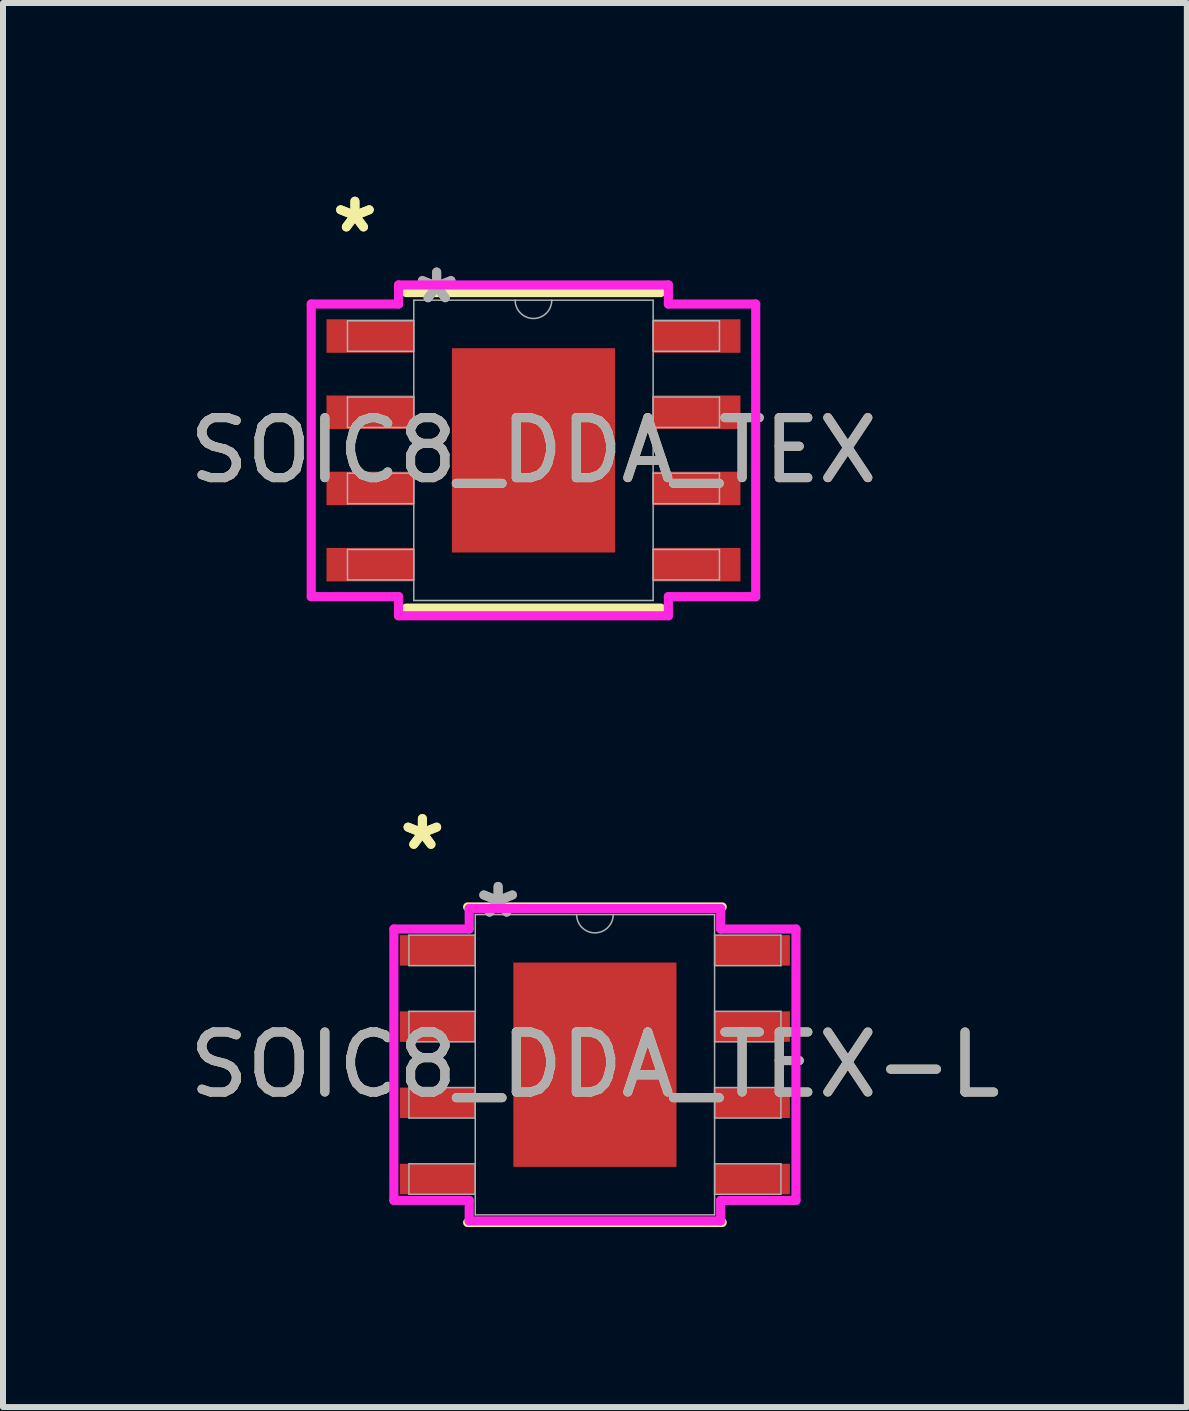
<source format=kicad_pcb>
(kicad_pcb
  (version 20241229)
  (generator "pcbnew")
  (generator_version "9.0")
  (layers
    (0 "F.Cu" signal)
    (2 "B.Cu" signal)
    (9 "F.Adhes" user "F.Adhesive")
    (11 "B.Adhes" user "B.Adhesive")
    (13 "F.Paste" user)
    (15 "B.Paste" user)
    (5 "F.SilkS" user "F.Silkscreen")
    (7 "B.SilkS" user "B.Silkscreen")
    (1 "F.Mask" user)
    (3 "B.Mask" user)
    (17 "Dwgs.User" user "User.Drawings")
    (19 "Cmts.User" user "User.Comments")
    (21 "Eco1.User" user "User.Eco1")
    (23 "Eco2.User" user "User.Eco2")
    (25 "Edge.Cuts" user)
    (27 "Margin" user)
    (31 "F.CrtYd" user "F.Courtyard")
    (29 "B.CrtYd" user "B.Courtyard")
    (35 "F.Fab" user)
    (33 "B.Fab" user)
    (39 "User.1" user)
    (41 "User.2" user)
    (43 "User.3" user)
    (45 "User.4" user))
  (footprint "SOIC8_DDA_TEX"
    (layer "F.Cu")
    (at 5.839 4.454)
    (property "Reference" "SOIC8_DDA_TEX" (at 0 0 0) (unlocked yes) (layer "F.SilkS") (effects (font (size 1 1) (thickness 0.15))))
    (attr smd)
    (fp_line (start -2.121 2.629) (end 2.121 2.629) (stroke (width 0.152) (type solid)) (layer "F.SilkS"))
    (fp_line (start 2.121 -2.629) (end -2.121 -2.629) (stroke (width 0.152) (type solid)) (layer "F.SilkS"))
    (fp_poly (pts (xy -1.259 -1.602) (xy -1.259 -0.1) (xy -0.1 -0.1) (xy -0.1 -1.602)) (stroke (width 0) (type solid)) (fill yes) (layer "F.Paste"))
    (fp_poly (pts (xy -1.259 0.1) (xy -1.259 1.602) (xy -0.1 1.602) (xy -0.1 0.1)) (stroke (width 0) (type solid)) (fill yes) (layer "F.Paste"))
    (fp_poly (pts (xy 0.1 -1.602) (xy 0.1 -0.1) (xy 1.259 -0.1) (xy 1.259 -1.602)) (stroke (width 0) (type solid)) (fill yes) (layer "F.Paste"))
    (fp_poly (pts (xy 0.1 0.1) (xy 0.1 1.602) (xy 1.259 1.602) (xy 1.259 0.1)) (stroke (width 0) (type solid)) (fill yes) (layer "F.Paste"))
    (fp_line (start -3.703 -2.438) (end -2.248 -2.438) (stroke (width 0.152) (type solid)) (layer "F.CrtYd"))
    (fp_line (start -3.703 2.438) (end -3.703 -2.438) (stroke (width 0.152) (type solid)) (layer "F.CrtYd"))
    (fp_line (start -3.703 2.438) (end -2.248 2.438) (stroke (width 0.152) (type solid)) (layer "F.CrtYd"))
    (fp_line (start -2.248 -2.756) (end 2.248 -2.756) (stroke (width 0.152) (type solid)) (layer "F.CrtYd"))
    (fp_line (start -2.248 -2.438) (end -2.248 -2.756) (stroke (width 0.152) (type solid)) (layer "F.CrtYd"))
    (fp_line (start -2.248 2.756) (end -2.248 2.438) (stroke (width 0.152) (type solid)) (layer "F.CrtYd"))
    (fp_line (start 2.248 -2.756) (end 2.248 -2.438) (stroke (width 0.152) (type solid)) (layer "F.CrtYd"))
    (fp_line (start 2.248 2.438) (end 2.248 2.756) (stroke (width 0.152) (type solid)) (layer "F.CrtYd"))
    (fp_line (start 2.248 2.756) (end -2.248 2.756) (stroke (width 0.152) (type solid)) (layer "F.CrtYd"))
    (fp_line (start 3.703 -2.438) (end 2.248 -2.438) (stroke (width 0.152) (type solid)) (layer "F.CrtYd"))
    (fp_line (start 3.703 -2.438) (end 3.703 2.438) (stroke (width 0.152) (type solid)) (layer "F.CrtYd"))
    (fp_line (start 3.703 2.438) (end 2.248 2.438) (stroke (width 0.152) (type solid)) (layer "F.CrtYd"))
    (fp_line (start -3.099 -2.159) (end -3.099 -1.651) (stroke (width 0.025) (type solid)) (layer "F.Fab"))
    (fp_line (start -3.099 -1.651) (end -1.994 -1.651) (stroke (width 0.025) (type solid)) (layer "F.Fab"))
    (fp_line (start -3.099 -0.889) (end -3.099 -0.381) (stroke (width 0.025) (type solid)) (layer "F.Fab"))
    (fp_line (start -3.099 -0.381) (end -1.994 -0.381) (stroke (width 0.025) (type solid)) (layer "F.Fab"))
    (fp_line (start -3.099 0.381) (end -3.099 0.889) (stroke (width 0.025) (type solid)) (layer "F.Fab"))
    (fp_line (start -3.099 0.889) (end -1.994 0.889) (stroke (width 0.025) (type solid)) (layer "F.Fab"))
    (fp_line (start -3.099 1.651) (end -3.099 2.159) (stroke (width 0.025) (type solid)) (layer "F.Fab"))
    (fp_line (start -3.099 2.159) (end -1.994 2.159) (stroke (width 0.025) (type solid)) (layer "F.Fab"))
    (fp_line (start -1.994 -2.502) (end -1.994 2.502) (stroke (width 0.025) (type solid)) (layer "F.Fab"))
    (fp_line (start -1.994 -2.159) (end -3.099 -2.159) (stroke (width 0.025) (type solid)) (layer "F.Fab"))
    (fp_line (start -1.994 -1.651) (end -1.994 -2.159) (stroke (width 0.025) (type solid)) (layer "F.Fab"))
    (fp_line (start -1.994 -0.889) (end -3.099 -0.889) (stroke (width 0.025) (type solid)) (layer "F.Fab"))
    (fp_line (start -1.994 -0.381) (end -1.994 -0.889) (stroke (width 0.025) (type solid)) (layer "F.Fab"))
    (fp_line (start -1.994 0.381) (end -3.099 0.381) (stroke (width 0.025) (type solid)) (layer "F.Fab"))
    (fp_line (start -1.994 0.889) (end -1.994 0.381) (stroke (width 0.025) (type solid)) (layer "F.Fab"))
    (fp_line (start -1.994 1.651) (end -3.099 1.651) (stroke (width 0.025) (type solid)) (layer "F.Fab"))
    (fp_line (start -1.994 2.159) (end -1.994 1.651) (stroke (width 0.025) (type solid)) (layer "F.Fab"))
    (fp_line (start -1.994 2.502) (end 1.994 2.502) (stroke (width 0.025) (type solid)) (layer "F.Fab"))
    (fp_line (start 1.994 -2.502) (end -1.994 -2.502) (stroke (width 0.025) (type solid)) (layer "F.Fab"))
    (fp_line (start 1.994 -2.159) (end 1.994 -1.651) (stroke (width 0.025) (type solid)) (layer "F.Fab"))
    (fp_line (start 1.994 -1.651) (end 3.099 -1.651) (stroke (width 0.025) (type solid)) (layer "F.Fab"))
    (fp_line (start 1.994 -0.889) (end 1.994 -0.381) (stroke (width 0.025) (type solid)) (layer "F.Fab"))
    (fp_line (start 1.994 -0.381) (end 3.099 -0.381) (stroke (width 0.025) (type solid)) (layer "F.Fab"))
    (fp_line (start 1.994 0.381) (end 1.994 0.889) (stroke (width 0.025) (type solid)) (layer "F.Fab"))
    (fp_line (start 1.994 0.889) (end 3.099 0.889) (stroke (width 0.025) (type solid)) (layer "F.Fab"))
    (fp_line (start 1.994 1.651) (end 1.994 2.159) (stroke (width 0.025) (type solid)) (layer "F.Fab"))
    (fp_line (start 1.994 2.159) (end 3.099 2.159) (stroke (width 0.025) (type solid)) (layer "F.Fab"))
    (fp_line (start 1.994 2.502) (end 1.994 -2.502) (stroke (width 0.025) (type solid)) (layer "F.Fab"))
    (fp_line (start 3.099 -2.159) (end 1.994 -2.159) (stroke (width 0.025) (type solid)) (layer "F.Fab"))
    (fp_line (start 3.099 -1.651) (end 3.099 -2.159) (stroke (width 0.025) (type solid)) (layer "F.Fab"))
    (fp_line (start 3.099 -0.889) (end 1.994 -0.889) (stroke (width 0.025) (type solid)) (layer "F.Fab"))
    (fp_line (start 3.099 -0.381) (end 3.099 -0.889) (stroke (width 0.025) (type solid)) (layer "F.Fab"))
    (fp_line (start 3.099 0.381) (end 1.994 0.381) (stroke (width 0.025) (type solid)) (layer "F.Fab"))
    (fp_line (start 3.099 0.889) (end 3.099 0.381) (stroke (width 0.025) (type solid)) (layer "F.Fab"))
    (fp_line (start 3.099 1.651) (end 1.994 1.651) (stroke (width 0.025) (type solid)) (layer "F.Fab"))
    (fp_line (start 3.099 2.159) (end 3.099 1.651) (stroke (width 0.025) (type solid)) (layer "F.Fab"))
    (fp_arc (start 0.3048 -2.5019) (mid 0 -2.1971) (end -0.3048 -2.5019) (stroke (width 0.0254) (type solid)) (layer "F.Fab"))
    (fp_text user "*" (at -2.975 -3.606 0) (layer "F.SilkS") (effects (font (size 1 1) (thickness 0.15))))
    (fp_text user "*" (at -2.975 -3.606 0) (unlocked yes) (layer "F.SilkS") (effects (font (size 1 1) (thickness 0.15))))
    (fp_text user "*" (at -1.613 -2.426 0) (layer "F.Fab") (effects (font (size 1 1) (thickness 0.15))))
    (fp_text user "${REFERENCE}" (at 0 0 0) (unlocked yes) (layer "F.Fab") (effects (font (size 1 1) (thickness 0.15))))
    (fp_text user "*" (at -1.613 -2.426 0) (unlocked yes) (layer "F.Fab") (effects (font (size 1 1) (thickness 0.15))))
    (pad "1" smd rect (at -2.721 -1.905) (size 1.455 0.558) (layers "F.Cu" "F.Mask" "F.Paste"))
    (pad "2" smd rect (at -2.721 -0.635) (size 1.455 0.558) (layers "F.Cu" "F.Mask" "F.Paste"))
    (pad "3" smd rect (at -2.721 0.635) (size 1.455 0.558) (layers "F.Cu" "F.Mask" "F.Paste"))
    (pad "4" smd rect (at -2.721 1.905) (size 1.455 0.558) (layers "F.Cu" "F.Mask" "F.Paste"))
    (pad "5" smd rect (at 2.721 1.905) (size 1.455 0.558) (layers "F.Cu" "F.Mask" "F.Paste"))
    (pad "6" smd rect (at 2.721 0.635) (size 1.455 0.558) (layers "F.Cu" "F.Mask" "F.Paste"))
    (pad "7" smd rect (at 2.721 -0.635) (size 1.455 0.558) (layers "F.Cu" "F.Mask" "F.Paste"))
    (pad "8" smd rect (at 2.721 -1.905) (size 1.455 0.558) (layers "F.Cu" "F.Mask" "F.Paste"))
    (pad "EPAD" smd rect (at 0 0) (size 2.718 3.404) (layers "F.Cu" "F.Mask")))
  (footprint "SOIC8_DDA_TEX-L"
    (layer "F.Cu")
    (at 6.863 14.691)
    (property "Reference" "SOIC8_DDA_TEX-L" (at 0 0 0) (unlocked yes) (layer "F.SilkS") (effects (font (size 1 1) (thickness 0.15))))
    (attr smd)
    (fp_line (start -2.121 2.629) (end 2.121 2.629) (stroke (width 0.152) (type solid)) (layer "F.SilkS"))
    (fp_line (start 2.121 -2.629) (end -2.121 -2.629) (stroke (width 0.152) (type solid)) (layer "F.SilkS"))
    (fp_poly (pts (xy -1.259 -1.602) (xy -1.259 -0.1) (xy -0.1 -0.1) (xy -0.1 -1.602)) (stroke (width 0) (type solid)) (fill yes) (layer "F.Paste"))
    (fp_poly (pts (xy -1.259 0.1) (xy -1.259 1.602) (xy -0.1 1.602) (xy -0.1 0.1)) (stroke (width 0) (type solid)) (fill yes) (layer "F.Paste"))
    (fp_poly (pts (xy 0.1 -1.602) (xy 0.1 -0.1) (xy 1.259 -0.1) (xy 1.259 -1.602)) (stroke (width 0) (type solid)) (fill yes) (layer "F.Paste"))
    (fp_poly (pts (xy 0.1 0.1) (xy 0.1 1.602) (xy 1.259 1.602) (xy 1.259 0.1)) (stroke (width 0) (type solid)) (fill yes) (layer "F.Paste"))
    (fp_line (start -3.35 -2.261) (end -2.095 -2.261) (stroke (width 0.152) (type solid)) (layer "F.CrtYd"))
    (fp_line (start -3.35 2.261) (end -3.35 -2.261) (stroke (width 0.152) (type solid)) (layer "F.CrtYd"))
    (fp_line (start -3.35 2.261) (end -2.095 2.261) (stroke (width 0.152) (type solid)) (layer "F.CrtYd"))
    (fp_line (start -2.095 -2.603) (end 2.095 -2.603) (stroke (width 0.152) (type solid)) (layer "F.CrtYd"))
    (fp_line (start -2.095 -2.261) (end -2.095 -2.603) (stroke (width 0.152) (type solid)) (layer "F.CrtYd"))
    (fp_line (start -2.095 2.603) (end -2.095 2.261) (stroke (width 0.152) (type solid)) (layer "F.CrtYd"))
    (fp_line (start 2.095 -2.603) (end 2.095 -2.261) (stroke (width 0.152) (type solid)) (layer "F.CrtYd"))
    (fp_line (start 2.095 2.261) (end 2.095 2.603) (stroke (width 0.152) (type solid)) (layer "F.CrtYd"))
    (fp_line (start 2.095 2.603) (end -2.095 2.603) (stroke (width 0.152) (type solid)) (layer "F.CrtYd"))
    (fp_line (start 3.35 -2.261) (end 2.095 -2.261) (stroke (width 0.152) (type solid)) (layer "F.CrtYd"))
    (fp_line (start 3.35 -2.261) (end 3.35 2.261) (stroke (width 0.152) (type solid)) (layer "F.CrtYd"))
    (fp_line (start 3.35 2.261) (end 2.095 2.261) (stroke (width 0.152) (type solid)) (layer "F.CrtYd"))
    (fp_line (start -3.099 -2.159) (end -3.099 -1.651) (stroke (width 0.025) (type solid)) (layer "F.Fab"))
    (fp_line (start -3.099 -1.651) (end -1.994 -1.651) (stroke (width 0.025) (type solid)) (layer "F.Fab"))
    (fp_line (start -3.099 -0.889) (end -3.099 -0.381) (stroke (width 0.025) (type solid)) (layer "F.Fab"))
    (fp_line (start -3.099 -0.381) (end -1.994 -0.381) (stroke (width 0.025) (type solid)) (layer "F.Fab"))
    (fp_line (start -3.099 0.381) (end -3.099 0.889) (stroke (width 0.025) (type solid)) (layer "F.Fab"))
    (fp_line (start -3.099 0.889) (end -1.994 0.889) (stroke (width 0.025) (type solid)) (layer "F.Fab"))
    (fp_line (start -3.099 1.651) (end -3.099 2.159) (stroke (width 0.025) (type solid)) (layer "F.Fab"))
    (fp_line (start -3.099 2.159) (end -1.994 2.159) (stroke (width 0.025) (type solid)) (layer "F.Fab"))
    (fp_line (start -1.994 -2.502) (end -1.994 2.502) (stroke (width 0.025) (type solid)) (layer "F.Fab"))
    (fp_line (start -1.994 -2.159) (end -3.099 -2.159) (stroke (width 0.025) (type solid)) (layer "F.Fab"))
    (fp_line (start -1.994 -1.651) (end -1.994 -2.159) (stroke (width 0.025) (type solid)) (layer "F.Fab"))
    (fp_line (start -1.994 -0.889) (end -3.099 -0.889) (stroke (width 0.025) (type solid)) (layer "F.Fab"))
    (fp_line (start -1.994 -0.381) (end -1.994 -0.889) (stroke (width 0.025) (type solid)) (layer "F.Fab"))
    (fp_line (start -1.994 0.381) (end -3.099 0.381) (stroke (width 0.025) (type solid)) (layer "F.Fab"))
    (fp_line (start -1.994 0.889) (end -1.994 0.381) (stroke (width 0.025) (type solid)) (layer "F.Fab"))
    (fp_line (start -1.994 1.651) (end -3.099 1.651) (stroke (width 0.025) (type solid)) (layer "F.Fab"))
    (fp_line (start -1.994 2.159) (end -1.994 1.651) (stroke (width 0.025) (type solid)) (layer "F.Fab"))
    (fp_line (start -1.994 2.502) (end 1.994 2.502) (stroke (width 0.025) (type solid)) (layer "F.Fab"))
    (fp_line (start 1.994 -2.502) (end -1.994 -2.502) (stroke (width 0.025) (type solid)) (layer "F.Fab"))
    (fp_line (start 1.994 -2.159) (end 1.994 -1.651) (stroke (width 0.025) (type solid)) (layer "F.Fab"))
    (fp_line (start 1.994 -1.651) (end 3.099 -1.651) (stroke (width 0.025) (type solid)) (layer "F.Fab"))
    (fp_line (start 1.994 -0.889) (end 1.994 -0.381) (stroke (width 0.025) (type solid)) (layer "F.Fab"))
    (fp_line (start 1.994 -0.381) (end 3.099 -0.381) (stroke (width 0.025) (type solid)) (layer "F.Fab"))
    (fp_line (start 1.994 0.381) (end 1.994 0.889) (stroke (width 0.025) (type solid)) (layer "F.Fab"))
    (fp_line (start 1.994 0.889) (end 3.099 0.889) (stroke (width 0.025) (type solid)) (layer "F.Fab"))
    (fp_line (start 1.994 1.651) (end 1.994 2.159) (stroke (width 0.025) (type solid)) (layer "F.Fab"))
    (fp_line (start 1.994 2.159) (end 3.099 2.159) (stroke (width 0.025) (type solid)) (layer "F.Fab"))
    (fp_line (start 1.994 2.502) (end 1.994 -2.502) (stroke (width 0.025) (type solid)) (layer "F.Fab"))
    (fp_line (start 3.099 -2.159) (end 1.994 -2.159) (stroke (width 0.025) (type solid)) (layer "F.Fab"))
    (fp_line (start 3.099 -1.651) (end 3.099 -2.159) (stroke (width 0.025) (type solid)) (layer "F.Fab"))
    (fp_line (start 3.099 -0.889) (end 1.994 -0.889) (stroke (width 0.025) (type solid)) (layer "F.Fab"))
    (fp_line (start 3.099 -0.381) (end 3.099 -0.889) (stroke (width 0.025) (type solid)) (layer "F.Fab"))
    (fp_line (start 3.099 0.381) (end 1.994 0.381) (stroke (width 0.025) (type solid)) (layer "F.Fab"))
    (fp_line (start 3.099 0.889) (end 3.099 0.381) (stroke (width 0.025) (type solid)) (layer "F.Fab"))
    (fp_line (start 3.099 1.651) (end 1.994 1.651) (stroke (width 0.025) (type solid)) (layer "F.Fab"))
    (fp_line (start 3.099 2.159) (end 3.099 1.651) (stroke (width 0.025) (type solid)) (layer "F.Fab"))
    (fp_arc (start 0.3048 -2.5019) (mid 0 -2.1971) (end -0.3048 -2.5019) (stroke (width 0.0254) (type solid)) (layer "F.Fab"))
    (fp_text user "*" (at -2.875 -3.556 0) (layer "F.SilkS") (effects (font (size 1 1) (thickness 0.15))))
    (fp_text user "*" (at -2.875 -3.556 0) (unlocked yes) (layer "F.SilkS") (effects (font (size 1 1) (thickness 0.15))))
    (fp_text user "${REFERENCE}" (at 0 0 0) (unlocked yes) (layer "F.Fab") (effects (font (size 1 1) (thickness 0.15))))
    (fp_text user "*" (at -1.613 -2.426 0) (unlocked yes) (layer "F.Fab") (effects (font (size 1 1) (thickness 0.15))))
    (fp_text user "*" (at -1.613 -2.426 0) (layer "F.Fab") (effects (font (size 1 1) (thickness 0.15))))
    (pad "1" smd rect (at -2.621 -1.905) (size 1.255 0.508) (layers "F.Cu" "F.Mask" "F.Paste"))
    (pad "2" smd rect (at -2.621 -0.635) (size 1.255 0.508) (layers "F.Cu" "F.Mask" "F.Paste"))
    (pad "3" smd rect (at -2.621 0.635) (size 1.255 0.508) (layers "F.Cu" "F.Mask" "F.Paste"))
    (pad "4" smd rect (at -2.621 1.905) (size 1.255 0.508) (layers "F.Cu" "F.Mask" "F.Paste"))
    (pad "5" smd rect (at 2.621 1.905) (size 1.255 0.508) (layers "F.Cu" "F.Mask" "F.Paste"))
    (pad "6" smd rect (at 2.621 0.635) (size 1.255 0.508) (layers "F.Cu" "F.Mask" "F.Paste"))
    (pad "7" smd rect (at 2.621 -0.635) (size 1.255 0.508) (layers "F.Cu" "F.Mask" "F.Paste"))
    (pad "8" smd rect (at 2.621 -1.905) (size 1.255 0.508) (layers "F.Cu" "F.Mask" "F.Paste"))
    (pad "EPAD" smd rect (at 0 0) (size 2.718 3.404) (layers "F.Cu" "F.Mask")))
  (gr_rect
    (start -3 -3)
    (end 16.726 20.396)
    (stroke (width 0.1) (type default))
    (fill no)
    (layer "Edge.Cuts")))
</source>
